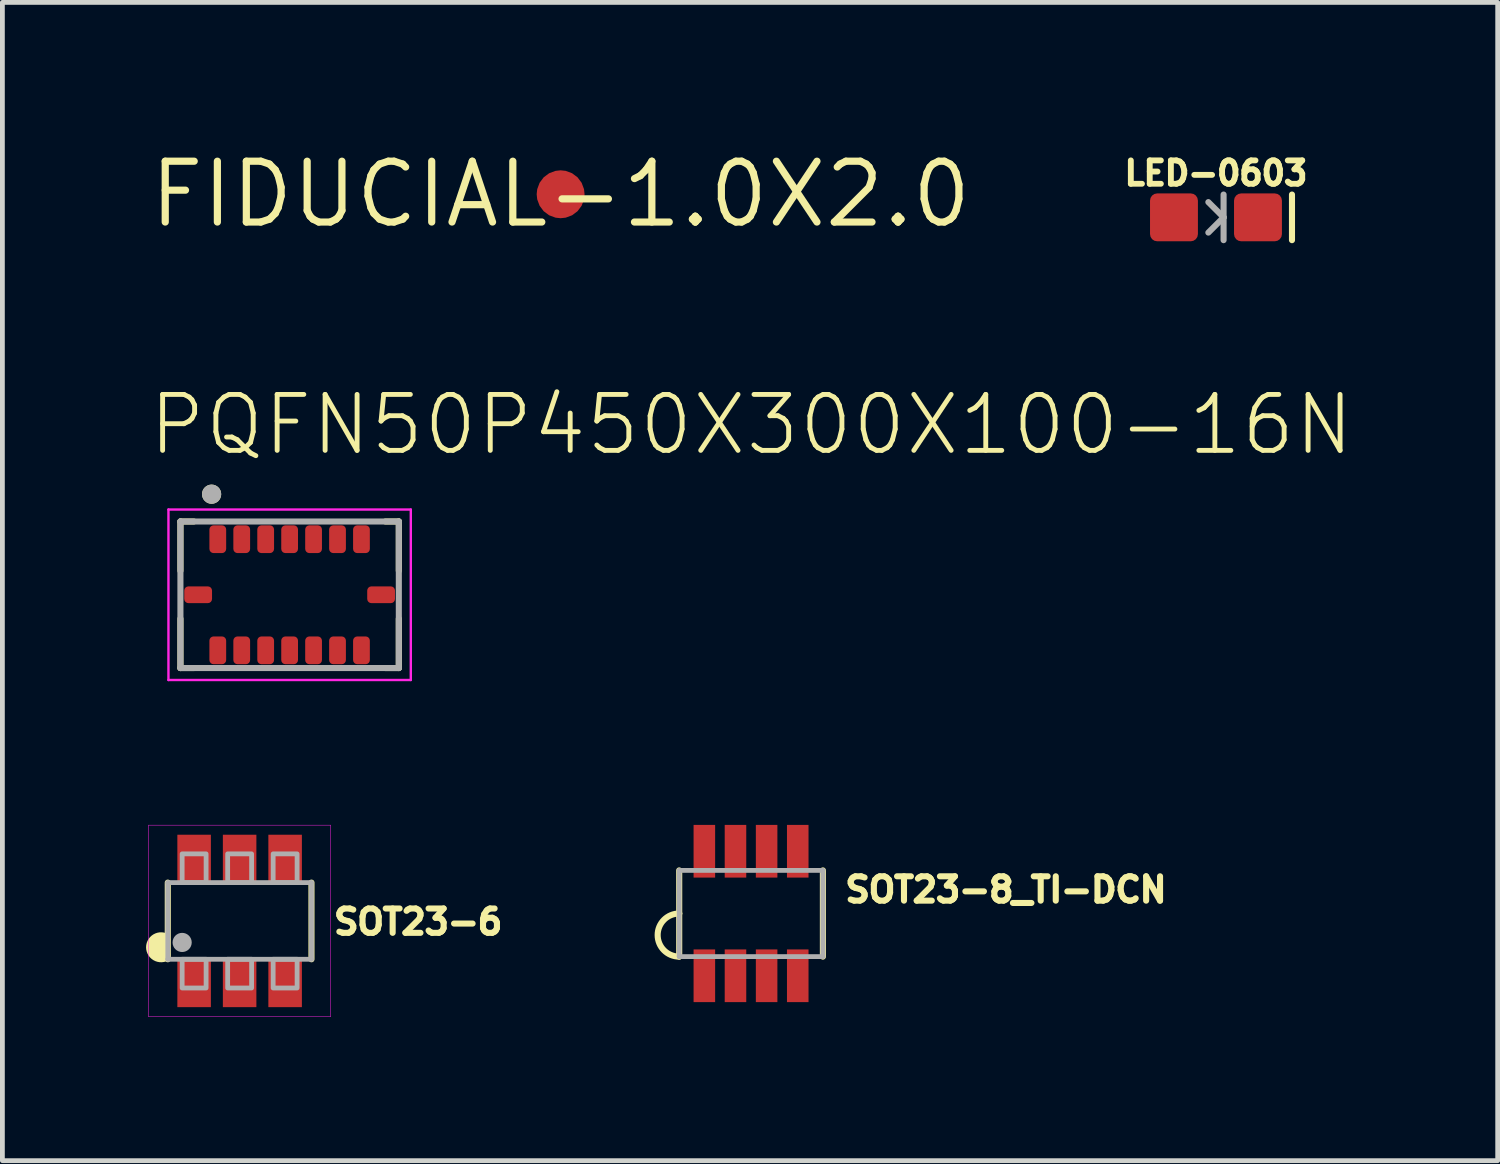
<source format=kicad_pcb>
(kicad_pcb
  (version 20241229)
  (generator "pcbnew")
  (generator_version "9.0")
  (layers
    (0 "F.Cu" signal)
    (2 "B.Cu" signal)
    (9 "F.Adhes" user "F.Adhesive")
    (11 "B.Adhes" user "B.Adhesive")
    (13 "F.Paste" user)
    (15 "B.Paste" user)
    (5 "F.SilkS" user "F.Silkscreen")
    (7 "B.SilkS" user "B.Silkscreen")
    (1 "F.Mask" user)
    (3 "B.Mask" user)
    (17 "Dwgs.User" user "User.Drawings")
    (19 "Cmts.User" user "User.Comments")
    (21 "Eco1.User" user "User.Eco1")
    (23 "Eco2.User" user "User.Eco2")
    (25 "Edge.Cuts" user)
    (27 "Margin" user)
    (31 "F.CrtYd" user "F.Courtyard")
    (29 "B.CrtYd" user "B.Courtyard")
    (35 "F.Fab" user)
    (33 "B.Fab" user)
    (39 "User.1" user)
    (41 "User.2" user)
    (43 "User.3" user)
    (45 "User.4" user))
  (footprint "SOT23-6"
    (layer "F.Cu")
    (at 1.953 16.178)
    (property "Reference" "SOT23-6" (at 1.902 0.317 0) (layer "F.SilkS") (effects (font (size 0.508 0.508) (thickness 0.127)) (justify left bottom)))
    (fp_poly (pts (xy -0.53 -1.865) (xy -1.37 -1.865) (xy -1.37 -0.735) (xy -0.53 -0.735)) (stroke (width 0) (type solid)) (fill yes) (layer "F.Mask"))
    (fp_poly (pts (xy -0.53 0.735) (xy -1.37 0.735) (xy -1.37 1.865) (xy -0.53 1.865)) (stroke (width 0) (type solid)) (fill yes) (layer "F.Mask"))
    (fp_poly (pts (xy 0.42 -1.865) (xy -0.42 -1.865) (xy -0.42 -0.735) (xy 0.42 -0.735)) (stroke (width 0) (type solid)) (fill yes) (layer "F.Mask"))
    (fp_poly (pts (xy 0.42 0.735) (xy -0.42 0.735) (xy -0.42 1.865) (xy 0.42 1.865)) (stroke (width 0) (type solid)) (fill yes) (layer "F.Mask"))
    (fp_poly (pts (xy 1.37 -1.865) (xy 0.53 -1.865) (xy 0.53 -0.735) (xy 1.37 -0.735)) (stroke (width 0) (type solid)) (fill yes) (layer "F.Mask"))
    (fp_poly (pts (xy 1.37 0.735) (xy 0.53 0.735) (xy 0.53 1.865) (xy 1.37 1.865)) (stroke (width 0) (type solid)) (fill yes) (layer "F.Mask"))
    (fp_line (start -1.5 0.8) (end -1.5 -0.8) (stroke (width 0.127) (type solid)) (layer "F.SilkS"))
    (fp_line (start 1.5 -0.8) (end 1.5 0.8) (stroke (width 0.127) (type solid)) (layer "F.SilkS"))
    (fp_arc (start -1.61 0.7) (mid -1.792971 0.55) (end -1.61 0.4) (stroke (width 0.32) (type solid)) (layer "F.SilkS"))
    (fp_line (start -1.9 -2) (end -1.9 2) (stroke (width 0.01) (type solid)) (layer "F.CrtYd"))
    (fp_line (start -1.9 2) (end 1.9 2) (stroke (width 0.01) (type solid)) (layer "F.CrtYd"))
    (fp_line (start 1.9 -2) (end -1.9 -2) (stroke (width 0.01) (type solid)) (layer "F.CrtYd"))
    (fp_line (start 1.9 2) (end 1.9 -2) (stroke (width 0.01) (type solid)) (layer "F.CrtYd"))
    (fp_line (start -1.5 -0.8) (end 1.5 -0.8) (stroke (width 0.1) (type solid)) (layer "F.Fab"))
    (fp_line (start -1.5 0.8) (end -1.5 -0.8) (stroke (width 0.1) (type solid)) (layer "F.Fab"))
    (fp_line (start 1.5 -0.8) (end 1.5 0.8) (stroke (width 0.1) (type solid)) (layer "F.Fab"))
    (fp_line (start 1.5 0.8) (end -1.5 0.8) (stroke (width 0.1) (type solid)) (layer "F.Fab"))
    (fp_circle (center -1.2 0.449) (end -1.1 0.449) (stroke (width 0.2) (type solid)) (fill no) (layer "F.Fab"))
    (fp_poly (pts (xy -1.2 -0.8) (xy -0.7 -0.8) (xy -0.7 -1.4) (xy -1.2 -1.4)) (stroke (width 0.1) (type solid)) (fill no) (layer "F.Fab"))
    (fp_poly (pts (xy -1.2 1.4) (xy -0.7 1.4) (xy -0.7 0.8) (xy -1.2 0.8)) (stroke (width 0.1) (type solid)) (fill no) (layer "F.Fab"))
    (fp_poly (pts (xy -0.25 -0.8) (xy 0.25 -0.8) (xy 0.25 -1.4) (xy -0.25 -1.4)) (stroke (width 0.1) (type solid)) (fill no) (layer "F.Fab"))
    (fp_poly (pts (xy -0.25 1.4) (xy 0.25 1.4) (xy 0.25 0.8) (xy -0.25 0.8)) (stroke (width 0.1) (type solid)) (fill no) (layer "F.Fab"))
    (fp_poly (pts (xy 0.7 -0.8) (xy 1.2 -0.8) (xy 1.2 -1.4) (xy 0.7 -1.4)) (stroke (width 0.1) (type solid)) (fill no) (layer "F.Fab"))
    (fp_poly (pts (xy 0.7 1.4) (xy 1.2 1.4) (xy 1.2 0.8) (xy 0.7 0.8)) (stroke (width 0.1) (type solid)) (fill no) (layer "F.Fab"))
    (pad "1" smd rect (at -0.95 1.3) (size 0.7 1) (layers "F.Cu" "F.Paste"))
    (pad "2" smd rect (at 0 1.3) (size 0.7 1) (layers "F.Cu" "F.Paste"))
    (pad "3" smd rect (at 0.95 1.3) (size 0.7 1) (layers "F.Cu" "F.Paste"))
    (pad "4" smd rect (at 0.95 -1.3) (size 0.7 1) (layers "F.Cu" "F.Paste"))
    (pad "5" smd rect (at 0 -1.3) (size 0.7 1) (layers "F.Cu" "F.Paste"))
    (pad "6" smd rect (at -0.95 -1.3) (size 0.7 1) (layers "F.Cu" "F.Paste")))
  (footprint "LED-0603"
    (layer "F.Cu")
    (at 22.338 1.488)
    (property "Reference" "LED-0603" (at 0 -0.635 0) (layer "F.SilkS") (effects (font (size 0.488 0.488) (thickness 0.122)) (justify bottom)))
    (fp_line (start 1.587 -0.476) (end 1.587 0.476) (stroke (width 0.127) (type solid)) (layer "F.SilkS"))
    (fp_line (start 0.159 -0.476) (end 0.159 0) (stroke (width 0.127) (type solid)) (layer "F.Fab"))
    (fp_line (start 0.159 0) (end -0.159 -0.318) (stroke (width 0.127) (type solid)) (layer "F.Fab"))
    (fp_line (start 0.159 0) (end -0.159 0.318) (stroke (width 0.127) (type solid)) (layer "F.Fab"))
    (fp_line (start 0.159 0) (end 0.159 0.476) (stroke (width 0.127) (type solid)) (layer "F.Fab"))
    (pad "A" smd roundrect (at -0.877 0 270) (size 1 1) (layers "F.Cu" "F.Mask" "F.Paste") (roundrect_rratio 0.15))
    (pad "C" smd roundrect (at 0.877 0 270) (size 1 1) (layers "F.Cu" "F.Mask" "F.Paste") (roundrect_rratio 0.15)))
  (footprint "SOT23-8_TI-DCN"
    (layer "F.Cu")
    (at 12.631 16.023)
    (property "Reference" "SOT23-8_TI-DCN" (at 1.9 -0.2 0) (layer "F.SilkS") (effects (font (size 0.508 0.508) (thickness 0.127)) (justify left bottom)))
    (fp_line (start -1.5 -0.9) (end -1.5 0) (stroke (width 0.127) (type solid)) (layer "F.SilkS"))
    (fp_line (start -1.5 0) (end -1.5 0.9) (stroke (width 0.127) (type solid)) (layer "F.SilkS"))
    (fp_line (start 1.5 -0.9) (end 1.5 0.9) (stroke (width 0.127) (type solid)) (layer "F.SilkS"))
    (fp_arc (start -1.5 0.9) (mid -1.95 0.45) (end -1.5 0) (stroke (width 0.127) (type solid)) (layer "F.SilkS"))
    (fp_line (start -1.5 -0.9) (end -1.5 0.9) (stroke (width 0.1) (type solid)) (layer "F.Fab"))
    (fp_line (start -1.5 0.9) (end 1.5 0.9) (stroke (width 0.1) (type solid)) (layer "F.Fab"))
    (fp_line (start 1.5 -0.9) (end -1.5 -0.9) (stroke (width 0.1) (type solid)) (layer "F.Fab"))
    (fp_line (start 1.5 0.9) (end 1.5 -0.9) (stroke (width 0.1) (type solid)) (layer "F.Fab"))
    (pad "1" smd rect (at -0.975 1.3 90) (size 1.1 0.45) (layers "F.Cu" "F.Mask" "F.Paste"))
    (pad "2" smd rect (at -0.325 1.3 90) (size 1.1 0.45) (layers "F.Cu" "F.Mask" "F.Paste"))
    (pad "3" smd rect (at 0.325 1.3 90) (size 1.1 0.45) (layers "F.Cu" "F.Mask" "F.Paste"))
    (pad "4" smd rect (at 0.975 1.3 90) (size 1.1 0.45) (layers "F.Cu" "F.Mask" "F.Paste"))
    (pad "5" smd rect (at 0.975 -1.3 90) (size 1.1 0.45) (layers "F.Cu" "F.Mask" "F.Paste"))
    (pad "6" smd rect (at 0.325 -1.3 90) (size 1.1 0.45) (layers "F.Cu" "F.Mask" "F.Paste"))
    (pad "7" smd rect (at -0.325 -1.3 90) (size 1.1 0.45) (layers "F.Cu" "F.Mask" "F.Paste"))
    (pad "8" smd rect (at -0.975 -1.3 90) (size 1.1 0.45) (layers "F.Cu" "F.Mask" "F.Paste")))
  (footprint "PQFN50P450X300X100-16N"
    (layer "F.Cu")
    (at 2.997 9.368)
    (property "Reference" "PQFN50P450X300X100-16N" (at -2.997 -2.867 0) (layer "F.SilkS") (effects (font (size 1.168 1.168) (thickness 0.102)) (justify left bottom)))
    (fp_line (start -2.28 -1.53) (end -2 -1.53) (stroke (width 0.127) (type solid)) (layer "F.SilkS"))
    (fp_line (start -2.28 -0.5) (end -2.28 -1.53) (stroke (width 0.127) (type solid)) (layer "F.SilkS"))
    (fp_line (start -2.28 1.53) (end -2.28 0.5) (stroke (width 0.127) (type solid)) (layer "F.SilkS"))
    (fp_line (start -2 1.53) (end -2.28 1.53) (stroke (width 0.127) (type solid)) (layer "F.SilkS"))
    (fp_line (start 2.28 -1.53) (end 2 -1.53) (stroke (width 0.127) (type solid)) (layer "F.SilkS"))
    (fp_line (start 2.28 -0.5) (end 2.28 -1.53) (stroke (width 0.127) (type solid)) (layer "F.SilkS"))
    (fp_line (start 2.28 0.5) (end 2.28 1.53) (stroke (width 0.127) (type solid)) (layer "F.SilkS"))
    (fp_line (start 2.28 1.53) (end 2 1.53) (stroke (width 0.127) (type solid)) (layer "F.SilkS"))
    (fp_circle (center -1.629 -2.1) (end -1.529 -2.1) (stroke (width 0.2) (type solid)) (fill no) (layer "F.SilkS"))
    (fp_line (start -2.53 -1.78) (end 2.53 -1.78) (stroke (width 0.05) (type solid)) (layer "F.CrtYd"))
    (fp_line (start -2.53 1.78) (end -2.53 -1.78) (stroke (width 0.05) (type solid)) (layer "F.CrtYd"))
    (fp_line (start 2.53 -1.78) (end 2.53 1.78) (stroke (width 0.05) (type solid)) (layer "F.CrtYd"))
    (fp_line (start 2.53 1.78) (end -2.53 1.78) (stroke (width 0.05) (type solid)) (layer "F.CrtYd"))
    (fp_line (start -2.28 -1.53) (end 2.28 -1.53) (stroke (width 0.127) (type solid)) (layer "F.Fab"))
    (fp_line (start -2.28 1.53) (end -2.28 -1.53) (stroke (width 0.127) (type solid)) (layer "F.Fab"))
    (fp_line (start 2.28 -1.53) (end 2.28 1.53) (stroke (width 0.127) (type solid)) (layer "F.Fab"))
    (fp_line (start 2.28 1.53) (end -2.28 1.53) (stroke (width 0.127) (type solid)) (layer "F.Fab"))
    (fp_circle (center -1.629 -2.1) (end -1.529 -2.1) (stroke (width 0.2) (type solid)) (fill no) (layer "F.Fab"))
    (pad "1" smd roundrect (at -1.5 -1.16 270) (size 0.58 0.35) (layers "F.Cu" "F.Mask" "F.Paste") (roundrect_rratio 0.25))
    (pad "2" smd roundrect (at -1 -1.16 270) (size 0.58 0.35) (layers "F.Cu" "F.Mask" "F.Paste") (roundrect_rratio 0.25))
    (pad "3" smd roundrect (at -0.5 -1.16 270) (size 0.58 0.35) (layers "F.Cu" "F.Mask" "F.Paste") (roundrect_rratio 0.25))
    (pad "4" smd roundrect (at 0 -1.16 270) (size 0.58 0.35) (layers "F.Cu" "F.Mask" "F.Paste") (roundrect_rratio 0.25))
    (pad "5" smd roundrect (at 0.5 -1.16 270) (size 0.58 0.35) (layers "F.Cu" "F.Mask" "F.Paste") (roundrect_rratio 0.25))
    (pad "6" smd roundrect (at 1 -1.16 270) (size 0.58 0.35) (layers "F.Cu" "F.Mask" "F.Paste") (roundrect_rratio 0.25))
    (pad "7" smd roundrect (at 1.5 -1.16 270) (size 0.58 0.35) (layers "F.Cu" "F.Mask" "F.Paste") (roundrect_rratio 0.25))
    (pad "8" smd roundrect (at 1.91 0 180) (size 0.58 0.35) (layers "F.Cu" "F.Mask" "F.Paste") (roundrect_rratio 0.25))
    (pad "9" smd roundrect (at 1.5 1.16 90) (size 0.58 0.35) (layers "F.Cu" "F.Mask" "F.Paste") (roundrect_rratio 0.25))
    (pad "10" smd roundrect (at 1 1.16 90) (size 0.58 0.35) (layers "F.Cu" "F.Mask" "F.Paste") (roundrect_rratio 0.25))
    (pad "11" smd roundrect (at 0.5 1.16 90) (size 0.58 0.35) (layers "F.Cu" "F.Mask" "F.Paste") (roundrect_rratio 0.25))
    (pad "12" smd roundrect (at 0 1.16 90) (size 0.58 0.35) (layers "F.Cu" "F.Mask" "F.Paste") (roundrect_rratio 0.25))
    (pad "13" smd roundrect (at -0.5 1.16 90) (size 0.58 0.35) (layers "F.Cu" "F.Mask" "F.Paste") (roundrect_rratio 0.25))
    (pad "14" smd roundrect (at -1 1.16 90) (size 0.58 0.35) (layers "F.Cu" "F.Mask" "F.Paste") (roundrect_rratio 0.25))
    (pad "15" smd roundrect (at -1.5 1.16 90) (size 0.58 0.35) (layers "F.Cu" "F.Mask" "F.Paste") (roundrect_rratio 0.25))
    (pad "16" smd roundrect (at -1.91 0) (size 0.58 0.35) (layers "F.Cu" "F.Mask" "F.Paste") (roundrect_rratio 0.25)))
  (footprint "FIDUCIAL-1.0X2.0"
    (layer "F.Cu")
    (at 8.655 1.006)
    (property "Reference" "FIDUCIAL-1.0X2.0" (at 0 0 0) (layer "F.SilkS") (effects (font (size 1.27 1.27) (thickness 0.15))))
    (fp_circle (center 0 0) (end 0.25 0) (stroke (width 0.5) (type solid)) (fill no) (layer "F.Mask"))
    (fp_circle (center 0 0) (end 0.5 0) (stroke (width 1) (type solid)) (fill no) (layer "F.Mask"))
    (pad "FIDUCIAL" smd roundrect (at 0 0) (size 1 1) (layers "F.Cu") (roundrect_rratio 0.5))
    (zone (net_name "") (layer "F.Cu") (hatch edge 0.508) (connect_pads) (min_thickness 0.254) (filled_areas_thickness no) (keepout (tracks not_allowed) (vias not_allowed) (pads not_allowed) (copperpour not_allowed) (footprints allowed)) (placement (enabled no)) (fill) (polygon (pts (xy 9.655 1.006) (xy 9.64 0.833) (xy 9.595 0.664) (xy 9.521 0.506) (xy 9.421 0.363) (xy 9.298 0.24) (xy 9.155 0.14) (xy 8.997 0.067) (xy 8.829 0.021) (xy 8.655 0.006) (xy 8.482 0.021) (xy 8.313 0.067) (xy 8.155 0.14) (xy 8.013 0.24) (xy 7.889 0.363) (xy 7.789 0.506) (xy 7.716 0.664) (xy 7.671 0.833) (xy 7.655 1.006) (xy 7.671 1.18) (xy 7.716 1.348) (xy 7.789 1.506) (xy 7.889 1.649) (xy 8.013 1.772) (xy 8.155 1.872) (xy 8.313 1.946) (xy 8.482 1.991) (xy 8.655 2.006) (xy 8.829 1.991) (xy 8.997 1.946) (xy 9.155 1.872) (xy 9.298 1.772) (xy 9.421 1.649) (xy 9.521 1.506) (xy 9.595 1.348) (xy 9.64 1.18))) (polygon (pts (xy 8.655 1.006)))))
  (gr_rect
    (start -3 -3)
    (end 28.22 21.183)
    (stroke (width 0.1) (type default))
    (fill no)
    (layer "Edge.Cuts")))
</source>
